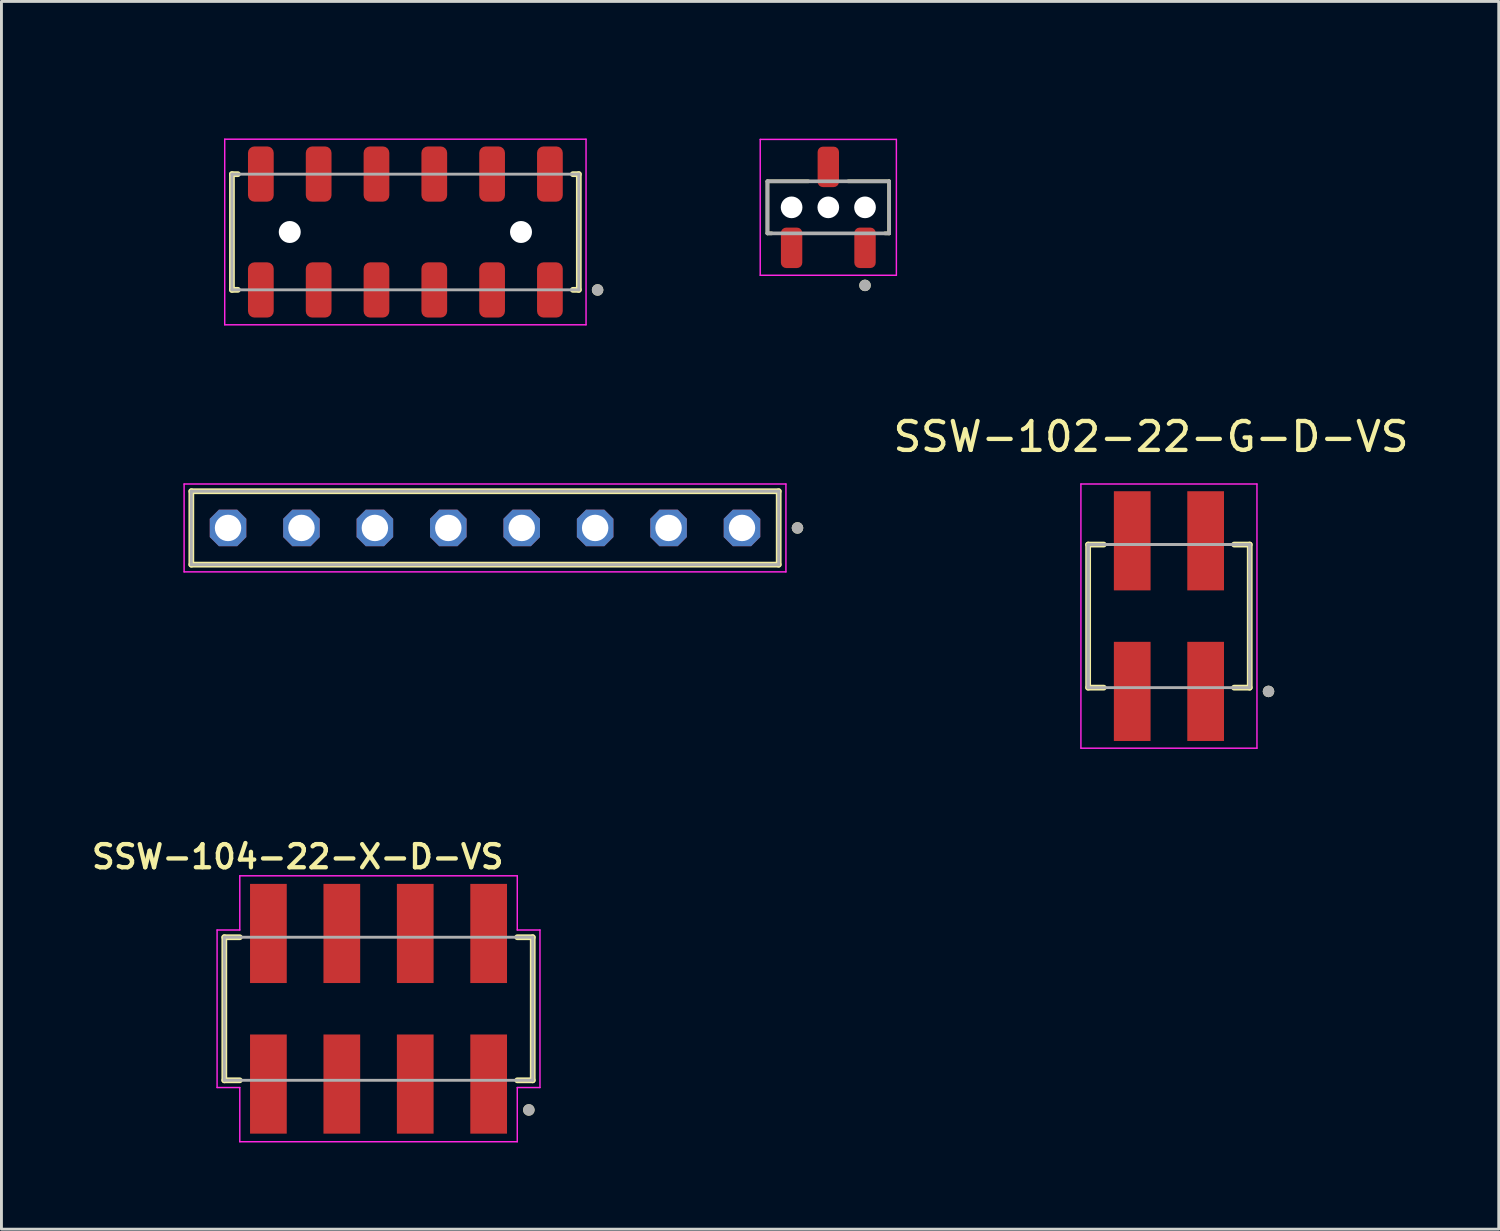
<source format=kicad_pcb>
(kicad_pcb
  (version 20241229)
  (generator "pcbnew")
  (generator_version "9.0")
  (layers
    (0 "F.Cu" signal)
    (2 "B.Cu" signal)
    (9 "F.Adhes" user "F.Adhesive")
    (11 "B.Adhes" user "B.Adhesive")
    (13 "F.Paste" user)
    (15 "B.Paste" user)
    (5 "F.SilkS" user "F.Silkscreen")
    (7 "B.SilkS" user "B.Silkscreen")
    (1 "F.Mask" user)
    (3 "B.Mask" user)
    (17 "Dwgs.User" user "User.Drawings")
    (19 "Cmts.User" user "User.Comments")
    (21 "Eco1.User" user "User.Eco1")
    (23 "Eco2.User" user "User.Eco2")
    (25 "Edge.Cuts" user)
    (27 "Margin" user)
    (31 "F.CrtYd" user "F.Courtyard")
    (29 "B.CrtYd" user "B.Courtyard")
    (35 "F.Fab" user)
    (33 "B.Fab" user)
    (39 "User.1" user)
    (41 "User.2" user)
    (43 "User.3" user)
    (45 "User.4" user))
  (footprint "SSW-102-22-G-D-VS"
    (layer "F.Cu")
    (at 37.389 18.264)
    (property "Reference" "SSW-102-22-G-D-VS" (at -0.62 -6.205 0) (layer "F.SilkS") (effects (font (size 1 1) (thickness 0.15))))
    (attr smd)
    (fp_line (start -2.795 -2.475) (end -2.255 -2.475) (stroke (width 0.2) (type solid)) (layer "F.SilkS"))
    (fp_line (start -2.795 2.475) (end -2.795 -2.475) (stroke (width 0.2) (type solid)) (layer "F.SilkS"))
    (fp_line (start -2.255 2.475) (end -2.795 2.475) (stroke (width 0.2) (type solid)) (layer "F.SilkS"))
    (fp_line (start 2.255 -2.475) (end 2.795 -2.475) (stroke (width 0.2) (type solid)) (layer "F.SilkS"))
    (fp_line (start 2.255 2.475) (end 2.795 2.475) (stroke (width 0.2) (type solid)) (layer "F.SilkS"))
    (fp_line (start 2.795 -2.475) (end 2.795 2.475) (stroke (width 0.2) (type solid)) (layer "F.SilkS"))
    (fp_circle (center 3.445 2.605) (end 3.545 2.605) (stroke (width 0.2) (type solid)) (fill no) (layer "F.SilkS"))
    (fp_line (start -3.045 -4.57) (end 3.045 -4.57) (stroke (width 0.05) (type solid)) (layer "F.CrtYd"))
    (fp_line (start -3.045 4.57) (end -3.045 -4.57) (stroke (width 0.05) (type solid)) (layer "F.CrtYd"))
    (fp_line (start 3.045 -4.57) (end 3.045 4.57) (stroke (width 0.05) (type solid)) (layer "F.CrtYd"))
    (fp_line (start 3.045 4.57) (end -3.045 4.57) (stroke (width 0.05) (type solid)) (layer "F.CrtYd"))
    (fp_line (start -2.795 -2.475) (end 2.795 -2.475) (stroke (width 0.1) (type solid)) (layer "F.Fab"))
    (fp_line (start -2.795 -2.475) (end 2.795 -2.475) (stroke (width 0.1) (type solid)) (layer "F.Fab"))
    (fp_line (start -2.795 2.475) (end -2.795 -2.475) (stroke (width 0.1) (type solid)) (layer "F.Fab"))
    (fp_line (start -2.795 2.475) (end -2.795 -2.475) (stroke (width 0.1) (type solid)) (layer "F.Fab"))
    (fp_line (start 2.795 -2.475) (end 2.795 2.475) (stroke (width 0.1) (type solid)) (layer "F.Fab"))
    (fp_line (start 2.795 -2.475) (end 2.795 2.475) (stroke (width 0.1) (type solid)) (layer "F.Fab"))
    (fp_line (start 2.795 2.475) (end -2.795 2.475) (stroke (width 0.1) (type solid)) (layer "F.Fab"))
    (fp_circle (center 3.445 2.605) (end 3.545 2.605) (stroke (width 0.2) (type solid)) (fill no) (layer "F.Fab"))
    (pad "01" smd rect (at 1.27 2.605) (size 1.27 3.43) (layers "F.Cu" "F.Mask" "F.Paste"))
    (pad "02" smd rect (at 1.27 -2.605) (size 1.27 3.43) (layers "F.Cu" "F.Mask" "F.Paste"))
    (pad "03" smd rect (at -1.27 2.605) (size 1.27 3.43) (layers "F.Cu" "F.Mask" "F.Paste"))
    (pad "04" smd rect (at -1.27 -2.605) (size 1.27 3.43) (layers "F.Cu" "F.Mask" "F.Paste")))
  (footprint "CLT-106-02-F-D-A"
    (layer "F.Cu")
    (at 10.974 4.976)
    (property "Reference" "CLT-106-02-F-D-A" (at -2.73 -4.128 0) (layer "User.2") (effects (font (size 1 1) (thickness 0.15))))
    (attr smd)
    (fp_line (start -6 -2.001) (end -6 2.001) (stroke (width 0.2) (type solid)) (layer "F.SilkS"))
    (fp_line (start -6 2.001) (end -5.795 2.001) (stroke (width 0.2) (type solid)) (layer "F.SilkS"))
    (fp_line (start -5.795 -2.001) (end -6 -2.001) (stroke (width 0.2) (type solid)) (layer "F.SilkS"))
    (fp_line (start 5.795 2.001) (end 6 2.001) (stroke (width 0.2) (type solid)) (layer "F.SilkS"))
    (fp_line (start 6 -2.001) (end 5.795 -2.001) (stroke (width 0.2) (type solid)) (layer "F.SilkS"))
    (fp_line (start 6 2.001) (end 6 -2.001) (stroke (width 0.2) (type solid)) (layer "F.SilkS"))
    (fp_circle (center 6.65 2.005) (end 6.75 2.005) (stroke (width 0.2) (type solid)) (fill no) (layer "F.SilkS"))
    (fp_line (start -6.25 -3.21) (end -6.25 3.21) (stroke (width 0.05) (type solid)) (layer "F.CrtYd"))
    (fp_line (start -6.25 3.21) (end 6.25 3.21) (stroke (width 0.05) (type solid)) (layer "F.CrtYd"))
    (fp_line (start 6.25 -3.21) (end -6.25 -3.21) (stroke (width 0.05) (type solid)) (layer "F.CrtYd"))
    (fp_line (start 6.25 3.21) (end 6.25 -3.21) (stroke (width 0.05) (type solid)) (layer "F.CrtYd"))
    (fp_line (start -6 -2.001) (end -6 2.001) (stroke (width 0.1) (type solid)) (layer "F.Fab"))
    (fp_line (start -6 2.001) (end 6 2.001) (stroke (width 0.1) (type solid)) (layer "F.Fab"))
    (fp_line (start 6 -2.001) (end -6 -2.001) (stroke (width 0.1) (type solid)) (layer "F.Fab"))
    (fp_line (start 6 2.001) (end 6 -2.001) (stroke (width 0.1) (type solid)) (layer "F.Fab"))
    (fp_circle (center 6.65 2.005) (end 6.75 2.005) (stroke (width 0.2) (type solid)) (fill no) (layer "F.Fab"))
    (pad "" np_thru_hole circle (at -4 0) (size 0.76 0.76) (drill 0.76) (layers "*.Cu" "*.Mask"))
    (pad "" np_thru_hole circle (at 4 0) (size 0.76 0.76) (drill 0.76) (layers "*.Cu" "*.Mask"))
    (pad "1" smd roundrect (at 5 2.005) (size 0.89 1.91) (layers "F.Cu" "F.Mask" "F.Paste") (roundrect_rratio 0.25))
    (pad "2" smd roundrect (at 3 2.005) (size 0.89 1.91) (layers "F.Cu" "F.Mask" "F.Paste") (roundrect_rratio 0.25))
    (pad "3" smd roundrect (at 1 2.005) (size 0.89 1.91) (layers "F.Cu" "F.Mask" "F.Paste") (roundrect_rratio 0.25))
    (pad "4" smd roundrect (at -1 2.005) (size 0.89 1.91) (layers "F.Cu" "F.Mask" "F.Paste") (roundrect_rratio 0.25))
    (pad "5" smd roundrect (at -3 2.005) (size 0.89 1.91) (layers "F.Cu" "F.Mask" "F.Paste") (roundrect_rratio 0.25))
    (pad "6" smd roundrect (at -5 2.005) (size 0.89 1.91) (layers "F.Cu" "F.Mask" "F.Paste") (roundrect_rratio 0.25))
    (pad "7" smd roundrect (at 5 -2.005) (size 0.89 1.91) (layers "F.Cu" "F.Mask" "F.Paste") (roundrect_rratio 0.25))
    (pad "8" smd roundrect (at 3 -2.005) (size 0.89 1.91) (layers "F.Cu" "F.Mask" "F.Paste") (roundrect_rratio 0.25))
    (pad "9" smd roundrect (at 1 -2.005) (size 0.89 1.91) (layers "F.Cu" "F.Mask" "F.Paste") (roundrect_rratio 0.25))
    (pad "10" smd roundrect (at -1 -2.005) (size 0.89 1.91) (layers "F.Cu" "F.Mask" "F.Paste") (roundrect_rratio 0.25))
    (pad "11" smd roundrect (at -3 -2.005) (size 0.89 1.91) (layers "F.Cu" "F.Mask" "F.Paste") (roundrect_rratio 0.25))
    (pad "12" smd roundrect (at -5 -2.005) (size 0.89 1.91) (layers "F.Cu" "F.Mask" "F.Paste") (roundrect_rratio 0.25)))
  (footprint "M50-3130345"
    (layer "F.Cu")
    (at 25.605 4.123)
    (property "Reference" "M50-3130345" (at 0.82 -3.275 0) (layer "User.2") (effects (font (size 1 1) (thickness 0.15))))
    (attr smd)
    (fp_line (start -2.105 -0.9) (end -2.105 0.9) (stroke (width 0.127) (type solid)) (layer "F.SilkS"))
    (fp_line (start -2.105 0.9) (end -1.96 0.9) (stroke (width 0.127) (type solid)) (layer "F.SilkS"))
    (fp_line (start -0.69 -0.9) (end -2.105 -0.9) (stroke (width 0.127) (type solid)) (layer "F.SilkS"))
    (fp_line (start 1.96 0.9) (end 2.105 0.9) (stroke (width 0.127) (type solid)) (layer "F.SilkS"))
    (fp_line (start 2.105 -0.9) (end 0.69 -0.9) (stroke (width 0.127) (type solid)) (layer "F.SilkS"))
    (fp_line (start 2.105 0.9) (end 2.105 -0.9) (stroke (width 0.127) (type solid)) (layer "F.SilkS"))
    (fp_circle (center 1.27 2.7) (end 1.37 2.7) (stroke (width 0.2) (type solid)) (fill no) (layer "F.SilkS"))
    (fp_line (start -2.355 -2.35) (end -2.355 2.35) (stroke (width 0.05) (type solid)) (layer "F.CrtYd"))
    (fp_line (start -2.355 2.35) (end 2.355 2.35) (stroke (width 0.05) (type solid)) (layer "F.CrtYd"))
    (fp_line (start 2.355 -2.35) (end -2.355 -2.35) (stroke (width 0.05) (type solid)) (layer "F.CrtYd"))
    (fp_line (start 2.355 2.35) (end 2.355 -2.35) (stroke (width 0.05) (type solid)) (layer "F.CrtYd"))
    (fp_line (start -2.105 -0.9) (end -2.105 0.9) (stroke (width 0.127) (type solid)) (layer "F.Fab"))
    (fp_line (start -2.105 0.9) (end 2.105 0.9) (stroke (width 0.127) (type solid)) (layer "F.Fab"))
    (fp_line (start 2.105 -0.9) (end -2.105 -0.9) (stroke (width 0.127) (type solid)) (layer "F.Fab"))
    (fp_line (start 2.105 0.9) (end 2.105 -0.9) (stroke (width 0.127) (type solid)) (layer "F.Fab"))
    (fp_circle (center 1.27 2.7) (end 1.37 2.7) (stroke (width 0.2) (type solid)) (fill no) (layer "F.Fab"))
    (pad "" np_thru_hole circle (at -1.27 0) (size 0.75 0.75) (drill 0.75) (layers "*.Cu" "*.Mask"))
    (pad "" np_thru_hole circle (at 0 0) (size 0.75 0.75) (drill 0.75) (layers "*.Cu" "*.Mask"))
    (pad "" np_thru_hole circle (at 1.27 0) (size 0.75 0.75) (drill 0.75) (layers "*.Cu" "*.Mask"))
    (pad "1" smd roundrect (at 1.27 1.4) (size 0.74 1.4) (layers "F.Cu" "F.Mask" "F.Paste") (roundrect_rratio 0.25))
    (pad "2" smd roundrect (at 0 -1.4) (size 0.74 1.4) (layers "F.Cu" "F.Mask" "F.Paste") (roundrect_rratio 0.25))
    (pad "3" smd roundrect (at -1.27 1.4) (size 0.74 1.4) (layers "F.Cu" "F.Mask" "F.Paste") (roundrect_rratio 0.25)))
  (footprint "SSW-104-22-X-D-VS"
    (layer "F.Cu")
    (at 10.045 31.848)
    (property "Reference" "SSW-104-22-X-D-VS" (at -2.795 -5.258 0) (layer "F.SilkS") (effects (font (size 0.8 0.8) (thickness 0.15))))
    (attr smd)
    (fp_line (start -5.335 -2.475) (end -4.8 -2.475) (stroke (width 0.2) (type solid)) (layer "F.SilkS"))
    (fp_line (start -5.335 2.475) (end -5.335 -2.475) (stroke (width 0.2) (type solid)) (layer "F.SilkS"))
    (fp_line (start -4.8 2.475) (end -5.335 2.475) (stroke (width 0.2) (type solid)) (layer "F.SilkS"))
    (fp_line (start 4.8 -2.475) (end 5.335 -2.475) (stroke (width 0.2) (type solid)) (layer "F.SilkS"))
    (fp_line (start 5.335 -2.475) (end 5.335 2.475) (stroke (width 0.2) (type solid)) (layer "F.SilkS"))
    (fp_line (start 5.335 2.475) (end 4.8 2.475) (stroke (width 0.2) (type solid)) (layer "F.SilkS"))
    (fp_circle (center 5.2 3.5) (end 5.3 3.5) (stroke (width 0.2) (type solid)) (fill no) (layer "F.SilkS"))
    (fp_line (start -5.585 -2.725) (end -4.8 -2.725) (stroke (width 0.05) (type solid)) (layer "F.CrtYd"))
    (fp_line (start -5.585 2.725) (end -5.585 -2.725) (stroke (width 0.05) (type solid)) (layer "F.CrtYd"))
    (fp_line (start -4.8 -4.6) (end 4.8 -4.6) (stroke (width 0.05) (type solid)) (layer "F.CrtYd"))
    (fp_line (start -4.8 -2.725) (end -4.8 -4.6) (stroke (width 0.05) (type solid)) (layer "F.CrtYd"))
    (fp_line (start -4.8 2.725) (end -5.585 2.725) (stroke (width 0.05) (type solid)) (layer "F.CrtYd"))
    (fp_line (start -4.8 4.6) (end -4.8 2.725) (stroke (width 0.05) (type solid)) (layer "F.CrtYd"))
    (fp_line (start 4.8 -4.6) (end 4.8 -2.725) (stroke (width 0.05) (type solid)) (layer "F.CrtYd"))
    (fp_line (start 4.8 -2.725) (end 5.585 -2.725) (stroke (width 0.05) (type solid)) (layer "F.CrtYd"))
    (fp_line (start 4.8 2.725) (end 4.8 4.6) (stroke (width 0.05) (type solid)) (layer "F.CrtYd"))
    (fp_line (start 4.8 4.6) (end -4.8 4.6) (stroke (width 0.05) (type solid)) (layer "F.CrtYd"))
    (fp_line (start 5.585 -2.725) (end 5.585 2.725) (stroke (width 0.05) (type solid)) (layer "F.CrtYd"))
    (fp_line (start 5.585 2.725) (end 4.8 2.725) (stroke (width 0.05) (type solid)) (layer "F.CrtYd"))
    (fp_line (start -5.335 -2.475) (end 5.335 -2.475) (stroke (width 0.1) (type solid)) (layer "F.Fab"))
    (fp_line (start -5.335 2.475) (end -5.335 -2.475) (stroke (width 0.1) (type solid)) (layer "F.Fab"))
    (fp_line (start 5.335 -2.475) (end 5.335 2.475) (stroke (width 0.1) (type solid)) (layer "F.Fab"))
    (fp_line (start 5.335 2.475) (end -5.335 2.475) (stroke (width 0.1) (type solid)) (layer "F.Fab"))
    (fp_circle (center 5.2 3.5) (end 5.3 3.5) (stroke (width 0.2) (type solid)) (fill no) (layer "F.Fab"))
    (pad "01" smd rect (at 3.81 2.605) (size 1.27 3.43) (layers "F.Cu" "F.Mask" "F.Paste"))
    (pad "02" smd rect (at 3.81 -2.605) (size 1.27 3.43) (layers "F.Cu" "F.Mask" "F.Paste"))
    (pad "03" smd rect (at 1.27 2.605) (size 1.27 3.43) (layers "F.Cu" "F.Mask" "F.Paste"))
    (pad "04" smd rect (at 1.27 -2.605) (size 1.27 3.43) (layers "F.Cu" "F.Mask" "F.Paste"))
    (pad "05" smd rect (at -1.27 2.605) (size 1.27 3.43) (layers "F.Cu" "F.Mask" "F.Paste"))
    (pad "06" smd rect (at -1.27 -2.605) (size 1.27 3.43) (layers "F.Cu" "F.Mask" "F.Paste"))
    (pad "07" smd rect (at -3.81 2.605) (size 1.27 3.43) (layers "F.Cu" "F.Mask" "F.Paste"))
    (pad "08" smd rect (at -3.81 -2.605) (size 1.27 3.43) (layers "F.Cu" "F.Mask" "F.Paste")))
  (footprint "SL-108-G-11"
    (layer "F.Cu")
    (at 13.729 15.214)
    (property "Reference" "SL-108-G-11" (at -7.985 -3.155 0) (layer "User.2") (effects (font (size 1 1) (thickness 0.15))))
    (attr through_hole)
    (fp_line (start -10.16 1.27) (end -10.16 -1.27) (stroke (width 0.2) (type solid)) (layer "F.SilkS"))
    (fp_line (start 10.16 -1.27) (end -10.16 -1.27) (stroke (width 0.2) (type solid)) (layer "F.SilkS"))
    (fp_line (start 10.16 -1.27) (end 10.16 1.27) (stroke (width 0.2) (type solid)) (layer "F.SilkS"))
    (fp_line (start 10.16 1.27) (end -10.16 1.27) (stroke (width 0.2) (type solid)) (layer "F.SilkS"))
    (fp_circle (center 10.81 0) (end 10.91 0) (stroke (width 0.2) (type solid)) (fill no) (layer "F.SilkS"))
    (fp_line (start -10.41 -1.52) (end 10.41 -1.52) (stroke (width 0.05) (type solid)) (layer "F.CrtYd"))
    (fp_line (start -10.41 1.52) (end -10.41 -1.52) (stroke (width 0.05) (type solid)) (layer "F.CrtYd"))
    (fp_line (start 10.41 -1.52) (end 10.41 1.52) (stroke (width 0.05) (type solid)) (layer "F.CrtYd"))
    (fp_line (start 10.41 1.52) (end -10.41 1.52) (stroke (width 0.05) (type solid)) (layer "F.CrtYd"))
    (fp_line (start -10.16 -1.27) (end 10.16 -1.27) (stroke (width 0.1) (type solid)) (layer "F.Fab"))
    (fp_line (start -10.16 1.27) (end -10.16 -1.27) (stroke (width 0.1) (type solid)) (layer "F.Fab"))
    (fp_line (start 10.16 -1.27) (end 10.16 1.27) (stroke (width 0.1) (type solid)) (layer "F.Fab"))
    (fp_line (start 10.16 1.27) (end -10.16 1.27) (stroke (width 0.1) (type solid)) (layer "F.Fab"))
    (fp_circle (center 10.81 0) (end 10.91 0) (stroke (width 0.2) (type solid)) (fill no) (layer "F.Fab"))
    (pad "1" thru_hole roundrect (at 8.89 0) (size 1.264 1.264) (drill 0.914) (layers "*.Cu" "*.Mask") (roundrect_rratio 0) (chamfer_ratio 0.25) (chamfer top_left top_right bottom_left bottom_right))
    (pad "2" thru_hole roundrect (at 6.35 0) (size 1.264 1.264) (drill 0.914) (layers "*.Cu" "*.Mask") (roundrect_rratio 0) (chamfer_ratio 0.25) (chamfer top_left top_right bottom_left bottom_right))
    (pad "3" thru_hole roundrect (at 3.81 0) (size 1.264 1.264) (drill 0.914) (layers "*.Cu" "*.Mask") (roundrect_rratio 0) (chamfer_ratio 0.25) (chamfer top_left top_right bottom_left bottom_right))
    (pad "4" thru_hole roundrect (at 1.27 0) (size 1.264 1.264) (drill 0.914) (layers "*.Cu" "*.Mask") (roundrect_rratio 0) (chamfer_ratio 0.25) (chamfer top_left top_right bottom_left bottom_right))
    (pad "5" thru_hole roundrect (at -1.27 0) (size 1.264 1.264) (drill 0.914) (layers "*.Cu" "*.Mask") (roundrect_rratio 0) (chamfer_ratio 0.25) (chamfer top_left top_right bottom_left bottom_right))
    (pad "6" thru_hole roundrect (at -3.81 0) (size 1.264 1.264) (drill 0.914) (layers "*.Cu" "*.Mask") (roundrect_rratio 0) (chamfer_ratio 0.25) (chamfer top_left top_right bottom_left bottom_right))
    (pad "7" thru_hole roundrect (at -6.35 0) (size 1.264 1.264) (drill 0.914) (layers "*.Cu" "*.Mask") (roundrect_rratio 0) (chamfer_ratio 0.25) (chamfer top_left top_right bottom_left bottom_right))
    (pad "8" thru_hole roundrect (at -8.89 0) (size 1.264 1.264) (drill 0.914) (layers "*.Cu" "*.Mask") (roundrect_rratio 0) (chamfer_ratio 0.25) (chamfer top_left top_right bottom_left bottom_right)))
  (gr_rect
    (start -3 -3)
    (end 48.799 39.473)
    (stroke (width 0.1) (type default))
    (fill no)
    (layer "Edge.Cuts")))
</source>
